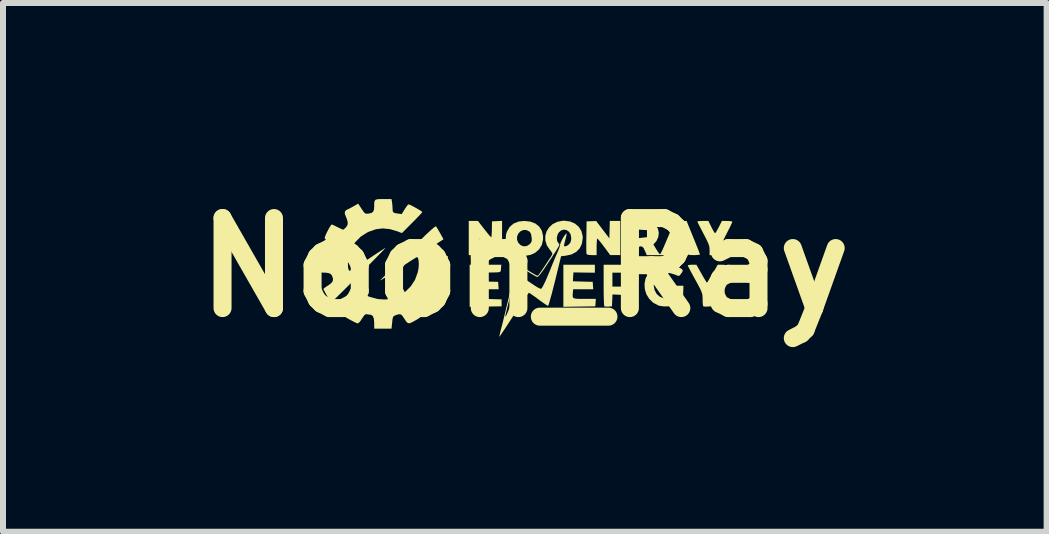
<source format=kicad_pcb>
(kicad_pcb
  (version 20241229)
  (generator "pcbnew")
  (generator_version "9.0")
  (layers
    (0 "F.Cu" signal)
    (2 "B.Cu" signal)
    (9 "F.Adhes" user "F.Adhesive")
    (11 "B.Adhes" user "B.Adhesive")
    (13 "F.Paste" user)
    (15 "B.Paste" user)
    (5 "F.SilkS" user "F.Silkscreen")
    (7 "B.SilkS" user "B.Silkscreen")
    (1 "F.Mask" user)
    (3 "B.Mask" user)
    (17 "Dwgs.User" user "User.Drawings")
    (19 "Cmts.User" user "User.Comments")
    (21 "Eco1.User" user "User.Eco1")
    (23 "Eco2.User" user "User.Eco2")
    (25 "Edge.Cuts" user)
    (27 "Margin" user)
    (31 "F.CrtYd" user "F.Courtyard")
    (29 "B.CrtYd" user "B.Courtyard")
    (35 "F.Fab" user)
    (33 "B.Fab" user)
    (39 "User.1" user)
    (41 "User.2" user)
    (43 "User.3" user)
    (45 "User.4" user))
  (footprint "Noon_Ray"
    (layer "F.Cu")
    (at 5.693 1.404)
    (property "Reference" "Noon_Ray" (at 0 0 0) (layer "F.SilkS") (effects (font (size 1.5 1.5) (thickness 0.3))))
    (attr board_only exclude_from_pos_files exclude_from_bom)
    (fp_poly (pts (xy 1.167 0.023) (xy 1.167 0.089) (xy 0.988 0.087) (xy 0.81 0.084) (xy 0.805 0.158) (xy 0.801 0.232) (xy 0.966 0.237) (xy 1.131 0.241) (xy 1.135 0.303) (xy 1.14 0.365) (xy 0.973 0.365) (xy 0.805 0.365) (xy 0.8 0.42) (xy 0.797 0.462) (xy 0.798 0.491) (xy 0.808 0.509) (xy 0.831 0.519) (xy 0.873 0.524) (xy 0.936 0.525) (xy 0.994 0.525) (xy 1.183 0.525) (xy 1.179 0.587) (xy 1.174 0.649) (xy 0.908 0.653) (xy 0.642 0.657) (xy 0.642 0.307) (xy 0.642 -0.044) (xy 0.905 -0.044) (xy 1.167 -0.044)) (stroke (width 0) (type solid)) (fill yes) (layer "F.SilkS"))
    (fp_poly (pts (xy -0.397 0.018) (xy -0.398 0.043) (xy -0.402 0.061) (xy -0.411 0.073) (xy -0.43 0.08) (xy -0.465 0.083) (xy -0.518 0.085) (xy -0.594 0.086) (xy -0.631 0.086) (xy -0.773 0.088) (xy -0.773 0.16) (xy -0.773 0.232) (xy -0.609 0.237) (xy -0.445 0.241) (xy -0.44 0.303) (xy -0.436 0.365) (xy -0.605 0.365) (xy -0.773 0.365) (xy -0.773 0.445) (xy -0.773 0.524) (xy -0.58 0.528) (xy -0.387 0.533) (xy -0.387 0.591) (xy -0.387 0.649) (xy -0.653 0.653) (xy -0.919 0.657) (xy -0.919 0.307) (xy -0.919 -0.044) (xy -0.656 -0.044) (xy -0.392 -0.044)) (stroke (width 0) (type solid)) (fill yes) (layer "F.SilkS"))
    (fp_poly (pts (xy 1.59 -0.489) (xy 1.59 -0.204) (xy 1.506 -0.205) (xy 1.422 -0.205) (xy 1.32 -0.343) (xy 1.279 -0.397) (xy 1.244 -0.441) (xy 1.219 -0.47) (xy 1.207 -0.481) (xy 1.203 -0.468) (xy 1.199 -0.431) (xy 1.197 -0.379) (xy 1.196 -0.343) (xy 1.196 -0.204) (xy 1.116 -0.204) (xy 1.061 -0.208) (xy 1.032 -0.218) (xy 1.028 -0.223) (xy 1.026 -0.243) (xy 1.024 -0.287) (xy 1.024 -0.35) (xy 1.024 -0.428) (xy 1.025 -0.504) (xy 1.029 -0.766) (xy 1.109 -0.769) (xy 1.189 -0.772) (xy 1.298 -0.628) (xy 1.408 -0.484) (xy 1.412 -0.629) (xy 1.416 -0.773) (xy 1.503 -0.773) (xy 1.59 -0.773)) (stroke (width 0) (type solid)) (fill yes) (layer "F.SilkS"))
    (fp_poly (pts (xy -0.379 -0.489) (xy -0.379 -0.204) (xy -0.459 -0.204) (xy -0.538 -0.204) (xy -0.642 -0.339) (xy -0.684 -0.393) (xy -0.721 -0.437) (xy -0.747 -0.467) (xy -0.76 -0.479) (xy -0.766 -0.468) (xy -0.77 -0.433) (xy -0.773 -0.38) (xy -0.773 -0.344) (xy -0.773 -0.204) (xy -0.853 -0.204) (xy -0.934 -0.204) (xy -0.934 -0.489) (xy -0.934 -0.773) (xy -0.857 -0.773) (xy -0.781 -0.773) (xy -0.673 -0.634) (xy -0.631 -0.581) (xy -0.596 -0.538) (xy -0.57 -0.51) (xy -0.558 -0.502) (xy -0.558 -0.502) (xy -0.555 -0.519) (xy -0.552 -0.558) (xy -0.549 -0.612) (xy -0.549 -0.638) (xy -0.547 -0.766) (xy -0.463 -0.77) (xy -0.379 -0.775)) (stroke (width 0) (type solid)) (fill yes) (layer "F.SilkS"))
    (fp_poly (pts (xy 3.108 -0.671) (xy 3.133 -0.623) (xy 3.154 -0.587) (xy 3.168 -0.57) (xy 3.169 -0.569) (xy 3.181 -0.581) (xy 3.2 -0.613) (xy 3.225 -0.659) (xy 3.232 -0.671) (xy 3.283 -0.773) (xy 3.37 -0.773) (xy 3.416 -0.771) (xy 3.448 -0.766) (xy 3.458 -0.76) (xy 3.451 -0.743) (xy 3.434 -0.706) (xy 3.408 -0.652) (xy 3.375 -0.588) (xy 3.363 -0.564) (xy 3.325 -0.49) (xy 3.298 -0.434) (xy 3.282 -0.392) (xy 3.272 -0.357) (xy 3.269 -0.322) (xy 3.268 -0.293) (xy 3.268 -0.204) (xy 3.173 -0.204) (xy 3.078 -0.204) (xy 3.078 -0.286) (xy 3.077 -0.32) (xy 3.072 -0.353) (xy 3.06 -0.39) (xy 3.04 -0.435) (xy 3.01 -0.496) (xy 2.976 -0.561) (xy 2.941 -0.629) (xy 2.91 -0.688) (xy 2.888 -0.733) (xy 2.876 -0.759) (xy 2.874 -0.764) (xy 2.887 -0.769) (xy 2.922 -0.772) (xy 2.966 -0.773) (xy 3.058 -0.773)) (stroke (width 0) (type solid)) (fill yes) (layer "F.SilkS"))
    (fp_poly (pts (xy 0.093 -0.762) (xy 0.177 -0.73) (xy 0.241 -0.678) (xy 0.284 -0.608) (xy 0.304 -0.521) (xy 0.303 -0.459) (xy 0.283 -0.374) (xy 0.24 -0.303) (xy 0.178 -0.247) (xy 0.102 -0.21) (xy 0.016 -0.193) (xy -0.076 -0.2) (xy -0.115 -0.211) (xy -0.195 -0.25) (xy -0.257 -0.309) (xy -0.299 -0.381) (xy -0.319 -0.463) (xy -0.319 -0.464) (xy -0.13 -0.464) (xy -0.114 -0.418) (xy -0.076 -0.373) (xy -0.027 -0.351) (xy 0.027 -0.354) (xy 0.077 -0.382) (xy 0.083 -0.388) (xy 0.105 -0.414) (xy 0.115 -0.442) (xy 0.115 -0.483) (xy 0.113 -0.499) (xy 0.104 -0.553) (xy 0.086 -0.587) (xy 0.071 -0.6) (xy 0.022 -0.623) (xy -0.027 -0.622) (xy -0.072 -0.601) (xy -0.107 -0.565) (xy -0.128 -0.518) (xy -0.13 -0.464) (xy -0.319 -0.464) (xy -0.313 -0.547) (xy -0.298 -0.595) (xy -0.252 -0.674) (xy -0.187 -0.73) (xy -0.104 -0.763) (xy -0.01 -0.773)) (stroke (width 0) (type solid)) (fill yes) (layer "F.SilkS"))
    (fp_poly (pts (xy 2.438 -0.038) (xy 2.534 -0.014) (xy 2.608 0.023) (xy 2.627 0.04) (xy 2.631 0.059) (xy 2.616 0.088) (xy 2.59 0.122) (xy 2.577 0.138) (xy 2.561 0.142) (xy 2.536 0.135) (xy 2.496 0.119) (xy 2.409 0.093) (xy 2.327 0.093) (xy 2.255 0.116) (xy 2.196 0.162) (xy 2.185 0.176) (xy 2.155 0.24) (xy 2.148 0.31) (xy 2.162 0.379) (xy 2.195 0.441) (xy 2.246 0.487) (xy 2.264 0.496) (xy 2.326 0.519) (xy 2.381 0.523) (xy 2.444 0.511) (xy 2.453 0.508) (xy 2.509 0.491) (xy 2.509 0.399) (xy 2.509 0.306) (xy 2.576 0.306) (xy 2.642 0.306) (xy 2.638 0.44) (xy 2.633 0.574) (xy 2.563 0.609) (xy 2.49 0.635) (xy 2.404 0.649) (xy 2.318 0.651) (xy 2.242 0.64) (xy 2.224 0.634) (xy 2.139 0.589) (xy 2.073 0.525) (xy 2.025 0.448) (xy 1.999 0.362) (xy 1.994 0.273) (xy 2.012 0.185) (xy 2.054 0.103) (xy 2.083 0.067) (xy 2.155 0.012) (xy 2.242 -0.025) (xy 2.338 -0.042)) (stroke (width 0) (type solid)) (fill yes) (layer "F.SilkS"))
    (fp_poly (pts (xy 2.941 0.102) (xy 2.974 0.161) (xy 3.003 0.209) (xy 3.024 0.242) (xy 3.033 0.255) (xy 3.044 0.245) (xy 3.065 0.215) (xy 3.094 0.168) (xy 3.128 0.11) (xy 3.128 0.109) (xy 3.213 -0.044) (xy 3.284 -0.044) (xy 3.325 -0.042) (xy 3.351 -0.038) (xy 3.356 -0.035) (xy 3.349 -0.019) (xy 3.332 0.016) (xy 3.308 0.061) (xy 3.307 0.063) (xy 3.277 0.118) (xy 3.24 0.186) (xy 3.202 0.256) (xy 3.186 0.284) (xy 3.153 0.348) (xy 3.131 0.397) (xy 3.118 0.44) (xy 3.111 0.487) (xy 3.108 0.533) (xy 3.1 0.649) (xy 3.041 0.654) (xy 3.002 0.654) (xy 2.975 0.65) (xy 2.972 0.647) (xy 2.967 0.629) (xy 2.963 0.589) (xy 2.962 0.537) (xy 2.962 0.533) (xy 2.961 0.495) (xy 2.959 0.463) (xy 2.952 0.433) (xy 2.94 0.399) (xy 2.92 0.355) (xy 2.89 0.298) (xy 2.848 0.221) (xy 2.838 0.203) (xy 2.798 0.13) (xy 2.763 0.065) (xy 2.736 0.013) (xy 2.719 -0.021) (xy 2.714 -0.033) (xy 2.727 -0.039) (xy 2.76 -0.043) (xy 2.786 -0.044) (xy 2.858 -0.044)) (stroke (width 0) (type solid)) (fill yes) (layer "F.SilkS"))
    (fp_poly (pts (xy 1.589 -0.043) (xy 1.647 -0.041) (xy 1.69 -0.037) (xy 1.723 -0.029) (xy 1.752 -0.017) (xy 1.765 -0.011) (xy 1.831 0.033) (xy 1.872 0.088) (xy 1.892 0.159) (xy 1.893 0.166) (xy 1.891 0.233) (xy 1.875 0.299) (xy 1.848 0.355) (xy 1.815 0.389) (xy 1.789 0.41) (xy 1.78 0.427) (xy 1.787 0.446) (xy 1.807 0.482) (xy 1.834 0.527) (xy 1.838 0.534) (xy 1.867 0.581) (xy 1.887 0.619) (xy 1.896 0.641) (xy 1.897 0.642) (xy 1.884 0.651) (xy 1.852 0.654) (xy 1.812 0.653) (xy 1.772 0.648) (xy 1.743 0.64) (xy 1.736 0.635) (xy 1.723 0.615) (xy 1.702 0.578) (xy 1.68 0.54) (xy 1.636 0.46) (xy 1.548 0.455) (xy 1.46 0.451) (xy 1.456 0.55) (xy 1.452 0.649) (xy 1.393 0.654) (xy 1.353 0.654) (xy 1.327 0.65) (xy 1.323 0.647) (xy 1.321 0.631) (xy 1.318 0.589) (xy 1.316 0.526) (xy 1.314 0.447) (xy 1.313 0.355) (xy 1.313 0.297) (xy 1.313 0.204) (xy 1.459 0.204) (xy 1.459 0.321) (xy 1.566 0.321) (xy 1.628 0.319) (xy 1.67 0.313) (xy 1.7 0.3) (xy 1.712 0.291) (xy 1.743 0.25) (xy 1.752 0.199) (xy 1.741 0.149) (xy 1.719 0.117) (xy 1.697 0.102) (xy 1.668 0.092) (xy 1.624 0.088) (xy 1.573 0.088) (xy 1.459 0.088) (xy 1.459 0.204) (xy 1.313 0.204) (xy 1.313 -0.044) (xy 1.507 -0.044)) (stroke (width 0) (type solid)) (fill yes) (layer "F.SilkS"))
    (fp_poly (pts (xy 1.965 -0.772) (xy 2.023 -0.77) (xy 2.066 -0.764) (xy 2.099 -0.754) (xy 2.124 -0.743) (xy 2.181 -0.701) (xy 2.217 -0.644) (xy 2.232 -0.577) (xy 2.224 -0.508) (xy 2.194 -0.441) (xy 2.171 -0.413) (xy 2.142 -0.381) (xy 2.19 -0.301) (xy 2.217 -0.259) (xy 2.239 -0.23) (xy 2.25 -0.219) (xy 2.255 -0.222) (xy 2.263 -0.231) (xy 2.273 -0.251) (xy 2.289 -0.283) (xy 2.311 -0.332) (xy 2.34 -0.399) (xy 2.353 -0.431) (xy 2.54 -0.431) (xy 2.552 -0.414) (xy 2.582 -0.409) (xy 2.591 -0.409) (xy 2.626 -0.41) (xy 2.639 -0.42) (xy 2.637 -0.444) (xy 2.636 -0.449) (xy 2.625 -0.493) (xy 2.611 -0.533) (xy 2.594 -0.576) (xy 2.567 -0.518) (xy 2.545 -0.464) (xy 2.54 -0.431) (xy 2.353 -0.431) (xy 2.378 -0.489) (xy 2.407 -0.558) (xy 2.498 -0.773) (xy 2.597 -0.773) (xy 2.695 -0.773) (xy 2.806 -0.5) (xy 2.84 -0.416) (xy 2.87 -0.342) (xy 2.894 -0.281) (xy 2.91 -0.238) (xy 2.918 -0.216) (xy 2.918 -0.215) (xy 2.905 -0.21) (xy 2.869 -0.206) (xy 2.82 -0.204) (xy 2.817 -0.204) (xy 2.764 -0.205) (xy 2.733 -0.209) (xy 2.717 -0.218) (xy 2.709 -0.234) (xy 2.708 -0.241) (xy 2.701 -0.259) (xy 2.689 -0.27) (xy 2.665 -0.275) (xy 2.621 -0.277) (xy 2.589 -0.277) (xy 2.533 -0.277) (xy 2.499 -0.273) (xy 2.48 -0.265) (xy 2.47 -0.25) (xy 2.466 -0.241) (xy 2.452 -0.204) (xy 2.242 -0.204) (xy 2.032 -0.204) (xy 2 -0.277) (xy 1.979 -0.321) (xy 1.959 -0.343) (xy 1.936 -0.35) (xy 1.933 -0.35) (xy 1.911 -0.348) (xy 1.901 -0.335) (xy 1.897 -0.306) (xy 1.897 -0.277) (xy 1.897 -0.204) (xy 1.802 -0.204) (xy 1.707 -0.204) (xy 1.707 -0.489) (xy 1.707 -0.558) (xy 1.897 -0.558) (xy 1.897 -0.487) (xy 1.966 -0.495) (xy 2.035 -0.503) (xy 2.035 -0.562) (xy 2.035 -0.62) (xy 1.966 -0.624) (xy 1.897 -0.629) (xy 1.897 -0.558) (xy 1.707 -0.558) (xy 1.707 -0.773) (xy 1.885 -0.773)) (stroke (width 0) (type solid)) (fill yes) (layer "F.SilkS"))
    (fp_poly (pts (xy -1.479 -0.682) (xy -1.464 -0.661) (xy -1.441 -0.622) (xy -1.413 -0.573) (xy -1.409 -0.566) (xy -1.355 -0.468) (xy -1.434 -0.417) (xy -1.477 -0.387) (xy -1.509 -0.359) (xy -1.523 -0.342) (xy -1.523 -0.313) (xy -1.511 -0.274) (xy -1.507 -0.264) (xy -1.484 -0.228) (xy -1.458 -0.212) (xy -1.43 -0.208) (xy -1.378 -0.203) (xy -1.331 -0.196) (xy -1.284 -0.188) (xy -1.284 -0.052) (xy -1.284 0.016) (xy -1.289 0.061) (xy -1.302 0.086) (xy -1.328 0.098) (xy -1.371 0.102) (xy -1.415 0.102) (xy -1.463 0.103) (xy -1.491 0.109) (xy -1.506 0.127) (xy -1.517 0.164) (xy -1.524 0.2) (xy -1.528 0.227) (xy -1.521 0.248) (xy -1.5 0.27) (xy -1.46 0.3) (xy -1.415 0.337) (xy -1.39 0.368) (xy -1.386 0.381) (xy -1.393 0.41) (xy -1.41 0.453) (xy -1.434 0.501) (xy -1.46 0.547) (xy -1.483 0.58) (xy -1.498 0.594) (xy -1.521 0.592) (xy -1.559 0.578) (xy -1.59 0.563) (xy -1.648 0.536) (xy -1.689 0.528) (xy -1.72 0.537) (xy -1.748 0.566) (xy -1.752 0.571) (xy -1.784 0.616) (xy -1.751 0.691) (xy -1.728 0.747) (xy -1.719 0.786) (xy -1.726 0.815) (xy -1.754 0.842) (xy -1.803 0.873) (xy -1.824 0.884) (xy -1.88 0.915) (xy -1.918 0.931) (xy -1.946 0.929) (xy -1.971 0.909) (xy -1.999 0.868) (xy -2.015 0.844) (xy -2.043 0.803) (xy -2.067 0.783) (xy -2.095 0.78) (xy -2.138 0.792) (xy -2.164 0.802) (xy -2.183 0.812) (xy -2.196 0.83) (xy -2.204 0.863) (xy -2.21 0.918) (xy -2.21 0.918) (xy -2.221 1.021) (xy -2.365 1.021) (xy -2.509 1.021) (xy -2.509 0.927) (xy -2.515 0.857) (xy -2.531 0.812) (xy -2.56 0.791) (xy -2.58 0.788) (xy -2.615 0.784) (xy -2.633 0.78) (xy -2.653 0.781) (xy -2.674 0.799) (xy -2.702 0.837) (xy -2.712 0.853) (xy -2.74 0.895) (xy -2.766 0.924) (xy -2.783 0.934) (xy -2.805 0.927) (xy -2.845 0.908) (xy -2.895 0.882) (xy -2.913 0.872) (xy -3.021 0.811) (xy -2.846 0.636) (xy -2.671 0.461) (xy -2.576 0.494) (xy -2.448 0.528) (xy -2.328 0.536) (xy -2.22 0.52) (xy -2.097 0.474) (xy -1.989 0.404) (xy -1.899 0.315) (xy -1.829 0.207) (xy -1.784 0.084) (xy -1.781 0.071) (xy -1.77 0.009) (xy -1.766 -0.052) (xy -1.769 -0.106) (xy -1.776 -0.147) (xy -1.79 -0.169) (xy -1.801 -0.17) (xy -1.817 -0.161) (xy -1.855 -0.137) (xy -1.909 -0.103) (xy -1.976 -0.059) (xy -2.053 -0.009) (xy -2.094 0.018) (xy -2.192 0.082) (xy -2.268 0.131) (xy -2.324 0.168) (xy -2.364 0.193) (xy -2.39 0.208) (xy -2.403 0.216) (xy -2.407 0.216) (xy -2.405 0.212) (xy -2.403 0.21) (xy -2.391 0.197) (xy -2.36 0.166) (xy -2.313 0.119) (xy -2.252 0.057) (xy -2.179 -0.016) (xy -2.096 -0.1) (xy -2.005 -0.191) (xy -1.944 -0.251) (xy -1.83 -0.365) (xy -1.735 -0.458) (xy -1.658 -0.534) (xy -1.596 -0.592) (xy -1.549 -0.635) (xy -1.515 -0.663) (xy -1.493 -0.679) (xy -1.481 -0.683)) (stroke (width 0) (type solid)) (fill yes) (layer "F.SilkS"))
    (fp_poly (pts (xy -2.212 -1.083) (xy -2.206 -1.029) (xy -2.203 -0.975) (xy -2.203 -0.975) (xy -2.201 -0.938) (xy -2.19 -0.916) (xy -2.163 -0.904) (xy -2.114 -0.896) (xy -2.113 -0.896) (xy -2.05 -0.888) (xy -2.001 -0.969) (xy -1.973 -1.011) (xy -1.951 -1.04) (xy -1.938 -1.05) (xy -1.919 -1.044) (xy -1.883 -1.027) (xy -1.838 -1.003) (xy -1.791 -0.977) (xy -1.749 -0.952) (xy -1.718 -0.932) (xy -1.707 -0.922) (xy -1.717 -0.909) (xy -1.744 -0.879) (xy -1.785 -0.836) (xy -1.836 -0.783) (xy -1.877 -0.742) (xy -2.047 -0.571) (xy -2.12 -0.599) (xy -2.248 -0.637) (xy -2.366 -0.649) (xy -2.481 -0.635) (xy -2.596 -0.595) (xy -2.622 -0.583) (xy -2.731 -0.514) (xy -2.82 -0.425) (xy -2.888 -0.32) (xy -2.93 -0.202) (xy -2.947 -0.074) (xy -2.947 -0.063) (xy -2.944 0.005) (xy -2.933 0.046) (xy -2.917 0.058) (xy -2.902 0.051) (xy -2.866 0.029) (xy -2.813 -0.005) (xy -2.746 -0.047) (xy -2.67 -0.097) (xy -2.623 -0.128) (xy -2.542 -0.182) (xy -2.468 -0.231) (xy -2.405 -0.273) (xy -2.356 -0.304) (xy -2.327 -0.323) (xy -2.32 -0.327) (xy -2.325 -0.32) (xy -2.349 -0.294) (xy -2.39 -0.251) (xy -2.446 -0.194) (xy -2.514 -0.124) (xy -2.594 -0.043) (xy -2.682 0.046) (xy -2.757 0.122) (xy -2.853 0.218) (xy -2.942 0.307) (xy -3.022 0.387) (xy -3.092 0.456) (xy -3.149 0.512) (xy -3.192 0.554) (xy -3.218 0.578) (xy -3.225 0.584) (xy -3.235 0.572) (xy -3.256 0.54) (xy -3.283 0.495) (xy -3.294 0.476) (xy -3.322 0.426) (xy -3.343 0.386) (xy -3.355 0.363) (xy -3.356 0.36) (xy -3.344 0.348) (xy -3.315 0.326) (xy -3.275 0.3) (xy -3.224 0.262) (xy -3.199 0.227) (xy -3.195 0.189) (xy -3.211 0.141) (xy -3.232 0.112) (xy -3.266 0.096) (xy -3.319 0.088) (xy -3.35 0.088) (xy -3.392 0.085) (xy -3.419 0.072) (xy -3.434 0.045) (xy -3.441 -0.001) (xy -3.44 -0.07) (xy -3.44 -0.075) (xy -3.436 -0.197) (xy -3.331 -0.204) (xy -3.279 -0.209) (xy -3.238 -0.214) (xy -3.219 -0.22) (xy -3.218 -0.22) (xy -3.211 -0.238) (xy -3.204 -0.275) (xy -3.201 -0.295) (xy -3.197 -0.333) (xy -3.201 -0.358) (xy -3.219 -0.38) (xy -3.255 -0.408) (xy -3.258 -0.41) (xy -3.297 -0.442) (xy -3.325 -0.471) (xy -3.334 -0.485) (xy -3.331 -0.505) (xy -3.316 -0.543) (xy -3.295 -0.589) (xy -3.27 -0.636) (xy -3.246 -0.678) (xy -3.226 -0.707) (xy -3.216 -0.715) (xy -3.2 -0.709) (xy -3.166 -0.693) (xy -3.122 -0.671) (xy -3.077 -0.649) (xy -3.043 -0.633) (xy -3.028 -0.627) (xy -3.014 -0.636) (xy -2.988 -0.658) (xy -2.984 -0.662) (xy -2.956 -0.701) (xy -2.949 -0.748) (xy -2.965 -0.806) (xy -2.978 -0.837) (xy -2.999 -0.893) (xy -2.997 -0.932) (xy -2.972 -0.956) (xy -2.966 -0.959) (xy -2.94 -0.971) (xy -2.898 -0.993) (xy -2.858 -1.015) (xy -2.776 -1.061) (xy -2.719 -0.975) (xy -2.689 -0.93) (xy -2.667 -0.905) (xy -2.647 -0.894) (xy -2.622 -0.894) (xy -2.607 -0.895) (xy -2.556 -0.906) (xy -2.526 -0.928) (xy -2.512 -0.966) (xy -2.509 -1.015) (xy -2.509 -1.07) (xy -2.503 -1.105) (xy -2.487 -1.126) (xy -2.455 -1.135) (xy -2.403 -1.138) (xy -2.357 -1.138) (xy -2.221 -1.138)) (stroke (width 0) (type solid)) (fill yes) (layer "F.SilkS"))
    (fp_poly (pts (xy 0.755 -0.764) (xy 0.836 -0.729) (xy 0.9 -0.674) (xy 0.944 -0.602) (xy 0.964 -0.517) (xy 0.965 -0.492) (xy 0.952 -0.398) (xy 0.916 -0.319) (xy 0.857 -0.258) (xy 0.777 -0.215) (xy 0.68 -0.194) (xy 0.604 -0.186) (xy 0.503 0.228) (xy 0.476 0.333) (xy 0.452 0.428) (xy 0.429 0.51) (xy 0.411 0.575) (xy 0.397 0.62) (xy 0.388 0.64) (xy 0.387 0.642) (xy 0.37 0.633) (xy 0.335 0.611) (xy 0.287 0.577) (xy 0.23 0.536) (xy 0.226 0.533) (xy 0.17 0.491) (xy 0.121 0.457) (xy 0.086 0.433) (xy 0.069 0.424) (xy 0.069 0.424) (xy 0.057 0.435) (xy 0.033 0.467) (xy -0.000138 0.514) (xy -0.04 0.573) (xy -0.054 0.595) (xy -0.145 0.736) (xy -0.224 0.857) (xy -0.289 0.957) (xy -0.34 1.035) (xy -0.377 1.089) (xy -0.395 1.116) (xy -0.426 1.16) (xy -0.416 1.109) (xy -0.405 1.059) (xy -0.393 1.014) (xy -0.385 0.985) (xy -0.371 0.93) (xy -0.352 0.853) (xy -0.344 0.82) (xy -0.324 0.82) (xy -0.317 0.816) (xy -0.302 0.787) (xy -0.279 0.733) (xy -0.262 0.69) (xy -0.241 0.632) (xy -0.225 0.583) (xy -0.215 0.551) (xy -0.214 0.544) (xy -0.208 0.527) (xy -0.204 0.525) (xy -0.196 0.512) (xy -0.18 0.478) (xy -0.159 0.429) (xy -0.147 0.398) (xy -0.11 0.301) (xy -0.079 0.232) (xy -0.055 0.19) (xy -0.039 0.175) (xy -0.023 0.182) (xy 0.011 0.202) (xy 0.059 0.233) (xy 0.114 0.27) (xy 0.185 0.317) (xy 0.235 0.346) (xy 0.265 0.357) (xy 0.274 0.355) (xy 0.29 0.334) (xy 0.315 0.288) (xy 0.349 0.217) (xy 0.389 0.123) (xy 0.436 0.009) (xy 0.448 -0.022) (xy 0.477 -0.093) (xy 0.508 -0.168) (xy 0.536 -0.232) (xy 0.543 -0.248) (xy 0.566 -0.302) (xy 0.583 -0.353) (xy 0.59 -0.387) (xy 0.598 -0.414) (xy 0.615 -0.451) (xy 0.638 -0.493) (xy 0.662 -0.53) (xy 0.683 -0.556) (xy 0.696 -0.564) (xy 0.696 -0.563) (xy 0.695 -0.548) (xy 0.688 -0.512) (xy 0.676 -0.462) (xy 0.674 -0.454) (xy 0.66 -0.401) (xy 0.653 -0.37) (xy 0.655 -0.355) (xy 0.664 -0.35) (xy 0.674 -0.35) (xy 0.703 -0.36) (xy 0.735 -0.384) (xy 0.737 -0.386) (xy 0.762 -0.42) (xy 0.772 -0.463) (xy 0.773 -0.489) (xy 0.763 -0.55) (xy 0.734 -0.595) (xy 0.694 -0.621) (xy 0.649 -0.629) (xy 0.604 -0.615) (xy 0.564 -0.579) (xy 0.546 -0.546) (xy 0.533 -0.491) (xy 0.538 -0.44) (xy 0.561 -0.402) (xy 0.564 -0.399) (xy 0.571 -0.393) (xy 0.575 -0.385) (xy 0.574 -0.372) (xy 0.566 -0.353) (xy 0.549 -0.323) (xy 0.523 -0.28) (xy 0.484 -0.22) (xy 0.433 -0.141) (xy 0.39 -0.077) (xy 0.33 0.013) (xy 0.281 0.082) (xy 0.243 0.131) (xy 0.218 0.157) (xy 0.21 0.16) (xy 0.19 0.153) (xy 0.152 0.132) (xy 0.104 0.104) (xy 0.051 0.071) (xy 0.001 0.038) (xy -0.04 0.009) (xy -0.066 -0.012) (xy -0.071 -0.018) (xy -0.088 -0.029) (xy -0.113 -0.026) (xy -0.13 -0.012) (xy -0.131 -0.006) (xy -0.135 0.015) (xy -0.144 0.059) (xy -0.159 0.122) (xy -0.177 0.198) (xy -0.198 0.282) (xy -0.22 0.37) (xy -0.24 0.452) (xy -0.257 0.523) (xy -0.27 0.577) (xy -0.277 0.605) (xy -0.288 0.654) (xy -0.302 0.713) (xy -0.311 0.747) (xy -0.322 0.797) (xy -0.324 0.82) (xy -0.344 0.82) (xy -0.328 0.755) (xy -0.301 0.64) (xy -0.269 0.509) (xy -0.236 0.367) (xy -0.2 0.215) (xy -0.189 0.168) (xy -0.171 0.094) (xy -0.154 0.03) (xy -0.141 -0.019) (xy -0.131 -0.046) (xy -0.129 -0.05) (xy -0.113 -0.047) (xy -0.078 -0.03) (xy -0.027 -0.001) (xy 0.034 0.037) (xy 0.042 0.043) (xy 0.103 0.081) (xy 0.155 0.112) (xy 0.195 0.133) (xy 0.216 0.14) (xy 0.218 0.139) (xy 0.23 0.125) (xy 0.254 0.091) (xy 0.287 0.044) (xy 0.326 -0.013) (xy 0.366 -0.074) (xy 0.405 -0.133) (xy 0.439 -0.185) (xy 0.458 -0.216) (xy 0.456 -0.239) (xy 0.431 -0.276) (xy 0.418 -0.292) (xy 0.367 -0.366) (xy 0.342 -0.445) (xy 0.341 -0.524) (xy 0.362 -0.599) (xy 0.404 -0.665) (xy 0.463 -0.72) (xy 0.539 -0.758) (xy 0.629 -0.776) (xy 0.66 -0.777)) (stroke (width 0) (type solid)) (fill yes) (layer "F.SilkS")))
  (gr_rect
    (start -3 -3)
    (end 14.386 5.808)
    (stroke (width 0.1) (type default))
    (fill no)
    (layer "Edge.Cuts")))
</source>
